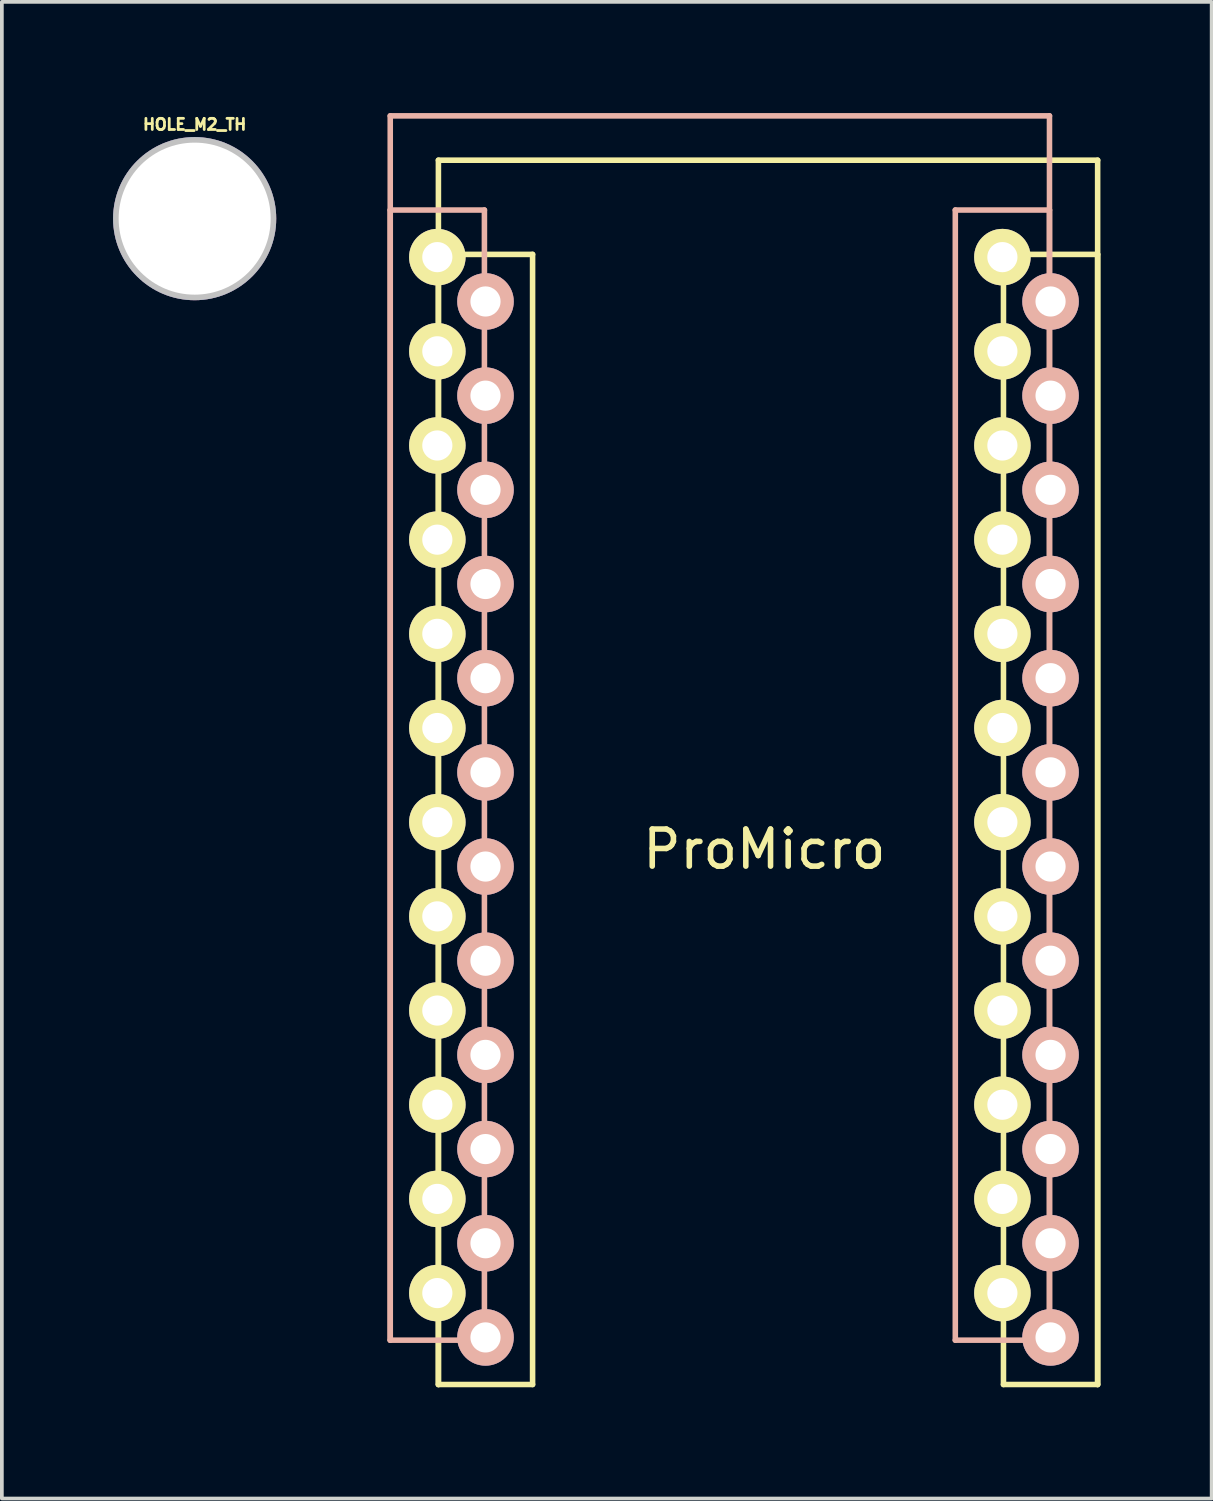
<source format=kicad_pcb>
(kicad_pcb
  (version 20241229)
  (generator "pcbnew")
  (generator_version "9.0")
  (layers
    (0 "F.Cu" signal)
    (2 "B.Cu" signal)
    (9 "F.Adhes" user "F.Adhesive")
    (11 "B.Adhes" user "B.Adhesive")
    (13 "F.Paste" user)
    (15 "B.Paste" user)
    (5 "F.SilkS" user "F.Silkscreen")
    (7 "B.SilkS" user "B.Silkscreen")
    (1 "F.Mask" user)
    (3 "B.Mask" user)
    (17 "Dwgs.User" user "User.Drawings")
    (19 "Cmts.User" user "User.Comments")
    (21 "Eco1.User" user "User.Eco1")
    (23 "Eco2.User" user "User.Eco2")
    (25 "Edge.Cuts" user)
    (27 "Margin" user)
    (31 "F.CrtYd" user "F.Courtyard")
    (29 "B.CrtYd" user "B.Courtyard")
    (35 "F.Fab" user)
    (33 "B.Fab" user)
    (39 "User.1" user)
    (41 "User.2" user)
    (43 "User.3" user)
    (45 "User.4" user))
  (footprint "ProMicro"
    (layer "F.Cu")
    (at 17.565 18.655)
    (property "Reference" "ProMicro" (at 0 1.2 0) (layer "F.SilkS") (effects (font (size 1 1) (thickness 0.15))))
    (attr through_hole)
    (fp_line (start -8.791 -17.384) (end -8.791 15.636) (stroke (width 0.15) (type solid)) (layer "F.SilkS"))
    (fp_line (start -8.791 -14.844) (end -8.791 15.636) (stroke (width 0.15) (type solid)) (layer "F.SilkS"))
    (fp_line (start -8.791 15.636) (end -6.251 15.636) (stroke (width 0.15) (type solid)) (layer "F.SilkS"))
    (fp_line (start -6.251 -14.844) (end -8.791 -14.844) (stroke (width 0.15) (type solid)) (layer "F.SilkS"))
    (fp_line (start -6.251 15.636) (end -6.251 -14.844) (stroke (width 0.15) (type solid)) (layer "F.SilkS"))
    (fp_line (start 6.449 -14.844) (end 6.449 15.636) (stroke (width 0.15) (type solid)) (layer "F.SilkS"))
    (fp_line (start 6.449 15.636) (end 8.989 15.636) (stroke (width 0.15) (type solid)) (layer "F.SilkS"))
    (fp_line (start 8.989 -17.384) (end -8.791 -17.384) (stroke (width 0.15) (type solid)) (layer "F.SilkS"))
    (fp_line (start 8.989 -14.844) (end 6.449 -14.844) (stroke (width 0.15) (type solid)) (layer "F.SilkS"))
    (fp_line (start 8.989 15.636) (end 8.989 -17.384) (stroke (width 0.15) (type solid)) (layer "F.SilkS"))
    (fp_line (start 8.989 15.636) (end 8.989 -14.844) (stroke (width 0.15) (type solid)) (layer "F.SilkS"))
    (fp_line (start -10.09 -18.58) (end 7.69 -18.58) (stroke (width 0.15) (type solid)) (layer "B.SilkS"))
    (fp_line (start -10.09 -16.04) (end -7.55 -16.04) (stroke (width 0.15) (type solid)) (layer "B.SilkS"))
    (fp_line (start -10.09 14.44) (end -10.09 -18.58) (stroke (width 0.15) (type solid)) (layer "B.SilkS"))
    (fp_line (start -10.09 14.44) (end -10.09 -16.04) (stroke (width 0.15) (type solid)) (layer "B.SilkS"))
    (fp_line (start -7.55 -16.04) (end -7.55 14.44) (stroke (width 0.15) (type solid)) (layer "B.SilkS"))
    (fp_line (start -7.55 14.44) (end -10.09 14.44) (stroke (width 0.15) (type solid)) (layer "B.SilkS"))
    (fp_line (start 5.15 -16.04) (end 7.69 -16.04) (stroke (width 0.15) (type solid)) (layer "B.SilkS"))
    (fp_line (start 5.15 14.44) (end 5.15 -16.04) (stroke (width 0.15) (type solid)) (layer "B.SilkS"))
    (fp_line (start 7.69 -18.58) (end 7.69 14.44) (stroke (width 0.15) (type solid)) (layer "B.SilkS"))
    (fp_line (start 7.69 -16.04) (end 7.69 14.44) (stroke (width 0.15) (type solid)) (layer "B.SilkS"))
    (fp_line (start 7.69 14.44) (end 5.15 14.44) (stroke (width 0.15) (type solid)) (layer "B.SilkS"))
    (fp_line (start -8.321 -13.574) (end -8.321 14.366) (stroke (width 0.1) (type default)) (layer "User.6"))
    (fp_line (start -6.721 -13.574) (end -6.721 14.366) (stroke (width 0.1) (type default)) (layer "User.6"))
    (fp_line (start 6.919 -13.574) (end 6.919 14.366) (stroke (width 0.1) (type default)) (layer "User.6"))
    (fp_line (start 8.519 -13.574) (end 8.519 14.366) (stroke (width 0.1) (type default)) (layer "User.6"))
    (fp_arc (start -8.321185 -13.574255) (mid -7.521185 -14.374255) (end -6.721185 -13.574255) (stroke (width 0.1) (type default)) (layer "User.6"))
    (fp_arc (start -6.721185 14.365745) (mid -7.521185 15.165745) (end -8.321185 14.365745) (stroke (width 0.1) (type default)) (layer "User.6"))
    (fp_arc (start 6.918815 -13.574255) (mid 7.718815 -14.374255) (end 8.518815 -13.574255) (stroke (width 0.1) (type default)) (layer "User.6"))
    (fp_arc (start 8.518815 14.365745) (mid 7.718815 15.165745) (end 6.918815 14.365745) (stroke (width 0.1) (type default)) (layer "User.6"))
    (fp_line (start -9.62 -14.77) (end -9.62 13.17) (stroke (width 0.1) (type default)) (layer "User.7"))
    (fp_line (start -8.02 -14.77) (end -8.02 13.17) (stroke (width 0.1) (type default)) (layer "User.7"))
    (fp_line (start 5.62 -14.77) (end 5.62 13.17) (stroke (width 0.1) (type default)) (layer "User.7"))
    (fp_line (start 7.22 -14.77) (end 7.22 13.17) (stroke (width 0.1) (type default)) (layer "User.7"))
    (fp_arc (start -9.620185 -14.770255) (mid -8.820185 -15.570255) (end -8.020185 -14.770255) (stroke (width 0.1) (type default)) (layer "User.7"))
    (fp_arc (start -8.020185 13.169745) (mid -8.820185 13.969745) (end -9.620185 13.169745) (stroke (width 0.1) (type default)) (layer "User.7"))
    (fp_arc (start 5.619815 -14.770255) (mid 6.419815 -15.570255) (end 7.219815 -14.770255) (stroke (width 0.1) (type default)) (layer "User.7"))
    (fp_arc (start 7.219815 13.169745) (mid 6.419815 13.969745) (end 5.619815 13.169745) (stroke (width 0.1) (type default)) (layer "User.7"))
    (pad "1" thru_hole circle (at -8.82 -14.77) (size 1.524 1.524) (drill 0.813) (layers "*.Cu" "*.Mask" "F.SilkS"))
    (pad "1" thru_hole circle (at 7.719 -13.574 180) (size 1.524 1.524) (drill 0.813) (layers "*.Cu" "*.Mask" "B.SilkS"))
    (pad "2" thru_hole circle (at -8.82 -12.23) (size 1.524 1.524) (drill 0.813) (layers "*.Cu" "*.Mask" "F.SilkS"))
    (pad "2" thru_hole circle (at 7.719 -11.034 180) (size 1.524 1.524) (drill 0.813) (layers "*.Cu" "*.Mask" "B.SilkS"))
    (pad "3" thru_hole circle (at -8.82 -9.69) (size 1.524 1.524) (drill 0.813) (layers "*.Cu" "*.Mask" "F.SilkS"))
    (pad "3" thru_hole circle (at 7.719 -8.494 180) (size 1.524 1.524) (drill 0.813) (layers "*.Cu" "*.Mask" "B.SilkS"))
    (pad "4" thru_hole circle (at -8.82 -7.15) (size 1.524 1.524) (drill 0.813) (layers "*.Cu" "*.Mask" "F.SilkS"))
    (pad "4" thru_hole circle (at 7.719 -5.954 180) (size 1.524 1.524) (drill 0.813) (layers "*.Cu" "*.Mask" "B.SilkS"))
    (pad "5" thru_hole circle (at -8.82 -4.61) (size 1.524 1.524) (drill 0.813) (layers "*.Cu" "*.Mask" "F.SilkS"))
    (pad "5" thru_hole circle (at 7.719 -3.414 180) (size 1.524 1.524) (drill 0.813) (layers "*.Cu" "*.Mask" "B.SilkS"))
    (pad "6" thru_hole circle (at -8.82 -2.07) (size 1.524 1.524) (drill 0.813) (layers "*.Cu" "*.Mask" "F.SilkS"))
    (pad "6" thru_hole circle (at 7.719 -0.874 180) (size 1.524 1.524) (drill 0.813) (layers "*.Cu" "*.Mask" "B.SilkS"))
    (pad "7" thru_hole circle (at -8.82 0.47) (size 1.524 1.524) (drill 0.813) (layers "*.Cu" "*.Mask" "F.SilkS"))
    (pad "7" thru_hole circle (at 7.719 1.666 180) (size 1.524 1.524) (drill 0.813) (layers "*.Cu" "*.Mask" "B.SilkS"))
    (pad "8" thru_hole circle (at -8.82 3.01) (size 1.524 1.524) (drill 0.813) (layers "*.Cu" "*.Mask" "F.SilkS"))
    (pad "8" thru_hole circle (at 7.719 4.206 180) (size 1.524 1.524) (drill 0.813) (layers "*.Cu" "*.Mask" "B.SilkS"))
    (pad "9" thru_hole circle (at -8.82 5.55) (size 1.524 1.524) (drill 0.813) (layers "*.Cu" "*.Mask" "F.SilkS"))
    (pad "9" thru_hole circle (at 7.719 6.746 180) (size 1.524 1.524) (drill 0.813) (layers "*.Cu" "*.Mask" "B.SilkS"))
    (pad "10" thru_hole circle (at -8.82 8.09) (size 1.524 1.524) (drill 0.813) (layers "*.Cu" "*.Mask" "F.SilkS"))
    (pad "10" thru_hole circle (at 7.719 9.286 180) (size 1.524 1.524) (drill 0.813) (layers "*.Cu" "*.Mask" "B.SilkS"))
    (pad "11" thru_hole circle (at -8.82 10.63) (size 1.524 1.524) (drill 0.813) (layers "*.Cu" "*.Mask" "F.SilkS"))
    (pad "11" thru_hole circle (at 7.719 11.826 180) (size 1.524 1.524) (drill 0.813) (layers "*.Cu" "*.Mask" "B.SilkS"))
    (pad "12" thru_hole circle (at -8.82 13.17) (size 1.524 1.524) (drill 0.813) (layers "*.Cu" "*.Mask" "F.SilkS"))
    (pad "12" thru_hole circle (at 7.719 14.366 180) (size 1.524 1.524) (drill 0.813) (layers "*.Cu" "*.Mask" "B.SilkS"))
    (pad "13" thru_hole circle (at -7.521 14.366 180) (size 1.524 1.524) (drill 0.813) (layers "*.Cu" "*.Mask" "B.SilkS"))
    (pad "13" thru_hole circle (at 6.42 13.17) (size 1.524 1.524) (drill 0.813) (layers "*.Cu" "*.Mask" "F.SilkS"))
    (pad "14" thru_hole circle (at -7.521 11.826 180) (size 1.524 1.524) (drill 0.813) (layers "*.Cu" "*.Mask" "B.SilkS"))
    (pad "14" thru_hole circle (at 6.42 10.63) (size 1.524 1.524) (drill 0.813) (layers "*.Cu" "*.Mask" "F.SilkS"))
    (pad "15" thru_hole circle (at -7.521 9.286 180) (size 1.524 1.524) (drill 0.813) (layers "*.Cu" "*.Mask" "B.SilkS"))
    (pad "15" thru_hole circle (at 6.42 8.09) (size 1.524 1.524) (drill 0.813) (layers "*.Cu" "*.Mask" "F.SilkS"))
    (pad "16" thru_hole circle (at -7.521 6.746 180) (size 1.524 1.524) (drill 0.813) (layers "*.Cu" "*.Mask" "B.SilkS"))
    (pad "16" thru_hole circle (at 6.42 5.55) (size 1.524 1.524) (drill 0.813) (layers "*.Cu" "*.Mask" "F.SilkS"))
    (pad "17" thru_hole circle (at -7.521 4.206 180) (size 1.524 1.524) (drill 0.813) (layers "*.Cu" "*.Mask" "B.SilkS"))
    (pad "17" thru_hole circle (at 6.42 3.01) (size 1.524 1.524) (drill 0.813) (layers "*.Cu" "*.Mask" "F.SilkS"))
    (pad "18" thru_hole circle (at -7.521 1.666 180) (size 1.524 1.524) (drill 0.813) (layers "*.Cu" "*.Mask" "B.SilkS"))
    (pad "18" thru_hole circle (at 6.42 0.47) (size 1.524 1.524) (drill 0.813) (layers "*.Cu" "*.Mask" "F.SilkS"))
    (pad "19" thru_hole circle (at -7.521 -0.874 180) (size 1.524 1.524) (drill 0.813) (layers "*.Cu" "*.Mask" "B.SilkS"))
    (pad "19" thru_hole circle (at 6.42 -2.07) (size 1.524 1.524) (drill 0.813) (layers "*.Cu" "*.Mask" "F.SilkS"))
    (pad "20" thru_hole circle (at -7.521 -3.414 180) (size 1.524 1.524) (drill 0.813) (layers "*.Cu" "*.Mask" "B.SilkS"))
    (pad "20" thru_hole circle (at 6.42 -4.61) (size 1.524 1.524) (drill 0.813) (layers "*.Cu" "*.Mask" "F.SilkS"))
    (pad "21" thru_hole circle (at -7.521 -5.954 180) (size 1.524 1.524) (drill 0.813) (layers "*.Cu" "*.Mask" "B.SilkS"))
    (pad "21" thru_hole circle (at 6.42 -7.15) (size 1.524 1.524) (drill 0.813) (layers "*.Cu" "*.Mask" "F.SilkS"))
    (pad "22" thru_hole circle (at -7.521 -8.494 180) (size 1.524 1.524) (drill 0.813) (layers "*.Cu" "*.Mask" "B.SilkS"))
    (pad "22" thru_hole circle (at 6.42 -9.69) (size 1.524 1.524) (drill 0.813) (layers "*.Cu" "*.Mask" "F.SilkS"))
    (pad "23" thru_hole circle (at -7.521 -11.034 180) (size 1.524 1.524) (drill 0.813) (layers "*.Cu" "*.Mask" "B.SilkS"))
    (pad "23" thru_hole circle (at 6.42 -12.23) (size 1.524 1.524) (drill 0.813) (layers "*.Cu" "*.Mask" "F.SilkS"))
    (pad "24" thru_hole circle (at -7.521 -13.574 180) (size 1.524 1.524) (drill 0.813) (layers "*.Cu" "*.Mask" "B.SilkS"))
    (pad "24" thru_hole circle (at 6.42 -14.77) (size 1.524 1.524) (drill 0.813) (layers "*.Cu" "*.Mask" "F.SilkS")))
  (footprint "HOLE_M2_TH"
    (layer "F.Cu")
    (at 2.2 2.847)
    (property "Reference" "HOLE_M2_TH" (at 0 -2.54 0) (layer "F.SilkS") (effects (font (size 0.3 0.3) (thickness 0.076))))
    (attr through_hole)
    (pad "" thru_hole circle (at 0 0 90) (size 4.4 4.4) (drill 4.1) (layers "*.Cu" "*.Mask" "Dwgs.User")))
  (gr_rect
    (start -3 -3)
    (end 29.629 37.366)
    (stroke (width 0.1) (type default))
    (fill no)
    (layer "Edge.Cuts")))
</source>
